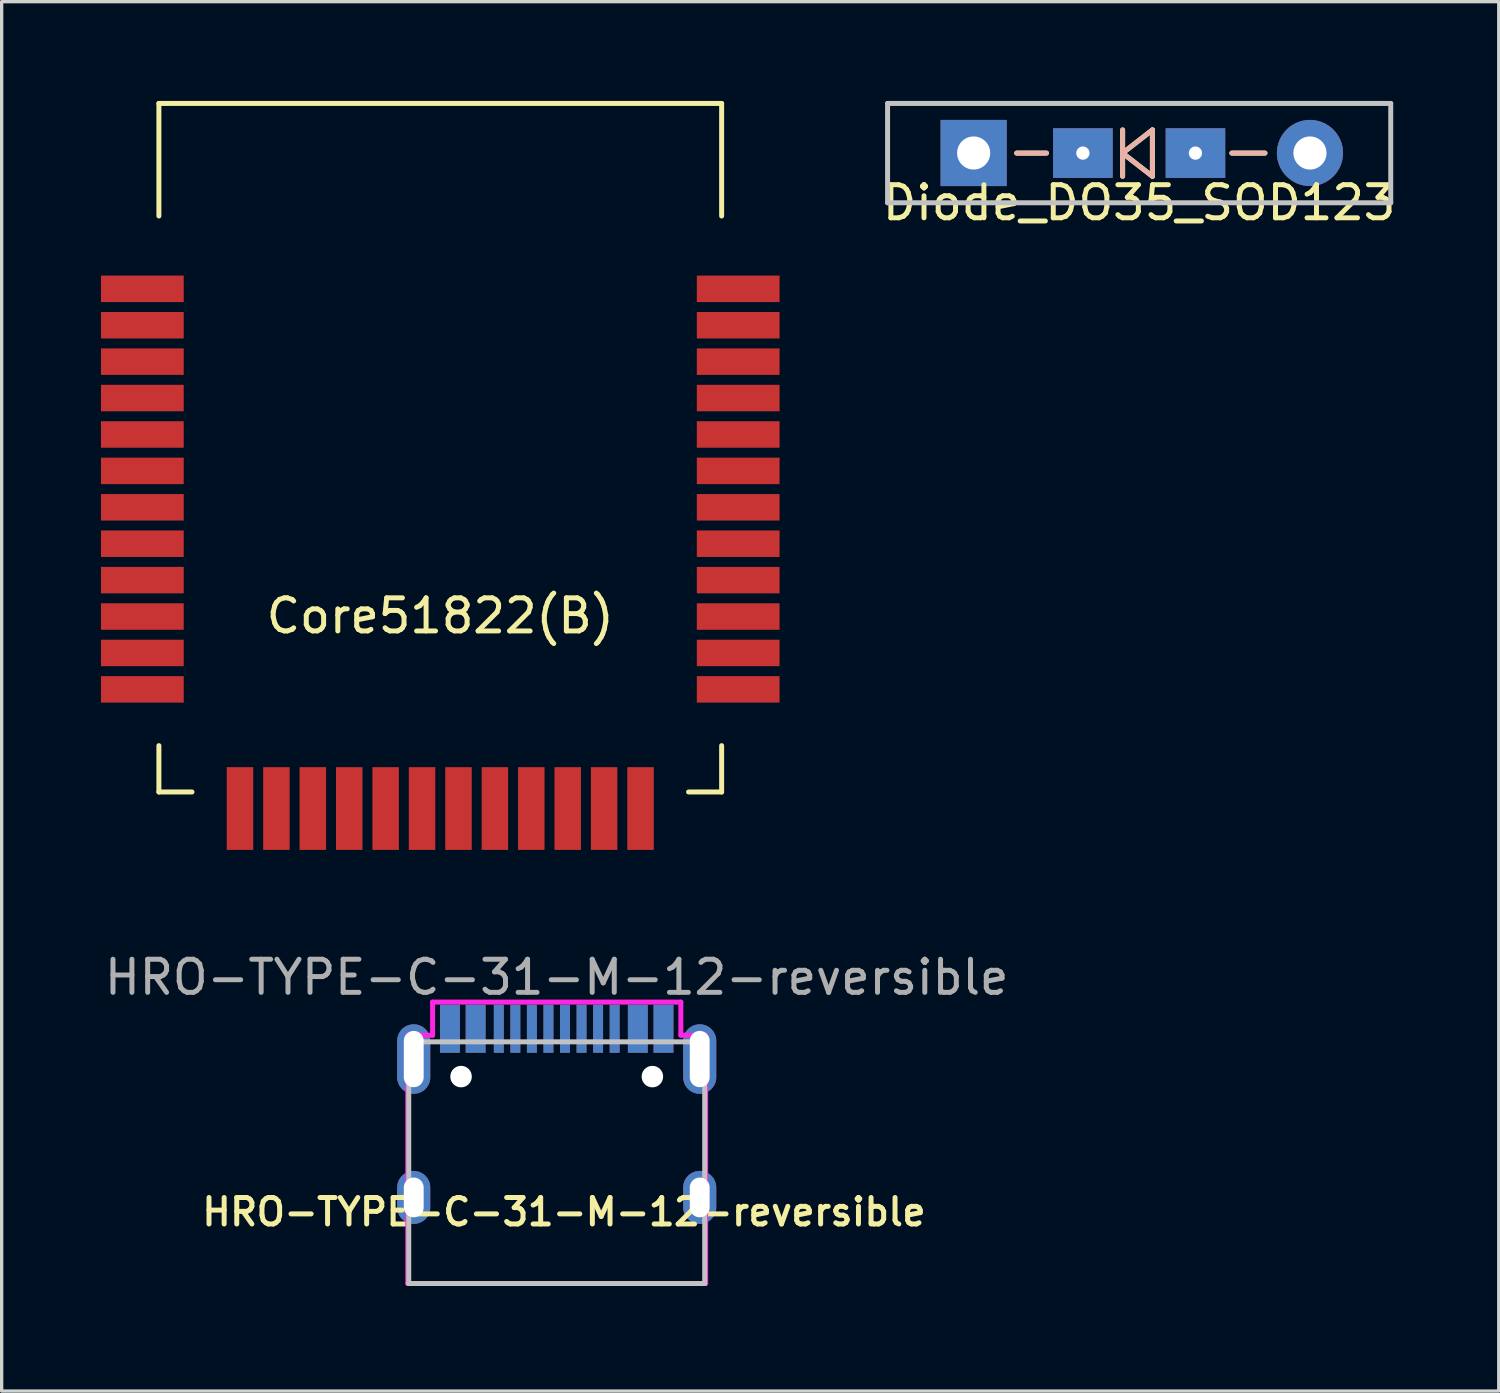
<source format=kicad_pcb>
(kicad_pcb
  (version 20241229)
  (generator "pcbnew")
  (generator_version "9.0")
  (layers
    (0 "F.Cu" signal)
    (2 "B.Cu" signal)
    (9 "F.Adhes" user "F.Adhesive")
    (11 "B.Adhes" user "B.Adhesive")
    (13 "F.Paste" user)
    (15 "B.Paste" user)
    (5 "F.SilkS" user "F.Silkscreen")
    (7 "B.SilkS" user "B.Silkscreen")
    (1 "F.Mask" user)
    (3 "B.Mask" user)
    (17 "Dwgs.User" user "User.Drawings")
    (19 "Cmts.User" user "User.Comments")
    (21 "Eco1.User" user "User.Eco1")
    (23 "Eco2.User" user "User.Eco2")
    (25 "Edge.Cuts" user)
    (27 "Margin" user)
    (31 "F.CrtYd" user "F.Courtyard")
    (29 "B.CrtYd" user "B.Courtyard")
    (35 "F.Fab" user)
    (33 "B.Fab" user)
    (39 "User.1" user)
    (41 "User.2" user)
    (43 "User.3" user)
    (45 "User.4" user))
  (footprint "Core51822(B)"
    (layer "F.Cu")
    (at 10.25 10.475)
    (property "Reference" "Core51822(B)" (at 0 5.08 0) (layer "F.SilkS") (effects (font (size 1 1) (thickness 0.15))))
    (attr through_hole)
    (fp_line (start -8.5 -10.4) (end -8.5 -7) (stroke (width 0.15) (type solid)) (layer "F.SilkS"))
    (fp_line (start -8.5 9) (end -8.5 10.4) (stroke (width 0.15) (type solid)) (layer "F.SilkS"))
    (fp_line (start -8.5 10.4) (end -7.5 10.4) (stroke (width 0.15) (type solid)) (layer "F.SilkS"))
    (fp_line (start 8.5 -10.4) (end -8.5 -10.4) (stroke (width 0.15) (type solid)) (layer "F.SilkS"))
    (fp_line (start 8.5 -7) (end 8.5 -10.4) (stroke (width 0.15) (type solid)) (layer "F.SilkS"))
    (fp_line (start 8.5 10.4) (end 7.5 10.4) (stroke (width 0.15) (type solid)) (layer "F.SilkS"))
    (fp_line (start 8.5 10.4) (end 8.5 9) (stroke (width 0.15) (type solid)) (layer "F.SilkS"))
    (pad "1" smd rect (at -9 -4.8 90) (size 0.8 2.5) (layers "F.Cu" "F.Mask" "F.Paste"))
    (pad "2" smd rect (at -9 -3.7 90) (size 0.8 2.5) (layers "F.Cu" "F.Mask" "F.Paste"))
    (pad "3" smd rect (at -9 -2.6 90) (size 0.8 2.5) (layers "F.Cu" "F.Mask" "F.Paste"))
    (pad "4" smd rect (at -9 -1.5 90) (size 0.8 2.5) (layers "F.Cu" "F.Mask" "F.Paste"))
    (pad "5" smd rect (at -9 -0.4 90) (size 0.8 2.5) (layers "F.Cu" "F.Mask" "F.Paste"))
    (pad "6" smd rect (at -9 0.7 90) (size 0.8 2.5) (layers "F.Cu" "F.Mask" "F.Paste"))
    (pad "7" smd rect (at -9 1.8 90) (size 0.8 2.5) (layers "F.Cu" "F.Mask" "F.Paste"))
    (pad "8" smd rect (at -9 2.9 90) (size 0.8 2.5) (layers "F.Cu" "F.Mask" "F.Paste"))
    (pad "9" smd rect (at -9 4 90) (size 0.8 2.5) (layers "F.Cu" "F.Mask" "F.Paste"))
    (pad "10" smd rect (at -9 5.1 90) (size 0.8 2.5) (layers "F.Cu" "F.Mask" "F.Paste"))
    (pad "11" smd rect (at -9 6.2 90) (size 0.8 2.5) (layers "F.Cu" "F.Mask" "F.Paste"))
    (pad "12" smd rect (at -9 7.3 90) (size 0.8 2.5) (layers "F.Cu" "F.Mask" "F.Paste"))
    (pad "13" smd rect (at -6.05 10.9) (size 0.8 2.5) (layers "F.Cu" "F.Mask" "F.Paste"))
    (pad "14" smd rect (at -4.95 10.9) (size 0.8 2.5) (layers "F.Cu" "F.Mask" "F.Paste"))
    (pad "15" smd rect (at -3.85 10.9) (size 0.8 2.5) (layers "F.Cu" "F.Mask" "F.Paste"))
    (pad "16" smd rect (at -2.75 10.9) (size 0.8 2.5) (layers "F.Cu" "F.Mask" "F.Paste"))
    (pad "17" smd rect (at -1.65 10.9) (size 0.8 2.5) (layers "F.Cu" "F.Mask" "F.Paste"))
    (pad "18" smd rect (at -0.55 10.9) (size 0.8 2.5) (layers "F.Cu" "F.Mask" "F.Paste"))
    (pad "19" smd rect (at 0.55 10.9) (size 0.8 2.5) (layers "F.Cu" "F.Mask" "F.Paste"))
    (pad "20" smd rect (at 1.65 10.9) (size 0.8 2.5) (layers "F.Cu" "F.Mask" "F.Paste"))
    (pad "21" smd rect (at 2.75 10.9) (size 0.8 2.5) (layers "F.Cu" "F.Mask" "F.Paste"))
    (pad "22" smd rect (at 3.85 10.9) (size 0.8 2.5) (layers "F.Cu" "F.Mask" "F.Paste"))
    (pad "23" smd rect (at 4.95 10.9) (size 0.8 2.5) (layers "F.Cu" "F.Mask" "F.Paste"))
    (pad "24" smd rect (at 6.05 10.9) (size 0.8 2.5) (layers "F.Cu" "F.Mask" "F.Paste"))
    (pad "25" smd rect (at 9 7.3 90) (size 0.8 2.5) (layers "F.Cu" "F.Mask" "F.Paste"))
    (pad "26" smd rect (at 9 6.2 90) (size 0.8 2.5) (layers "F.Cu" "F.Mask" "F.Paste"))
    (pad "27" smd rect (at 9 5.1 90) (size 0.8 2.5) (layers "F.Cu" "F.Mask" "F.Paste"))
    (pad "28" smd rect (at 9 4 90) (size 0.8 2.5) (layers "F.Cu" "F.Mask" "F.Paste"))
    (pad "29" smd rect (at 9 2.9 90) (size 0.8 2.5) (layers "F.Cu" "F.Mask" "F.Paste"))
    (pad "30" smd rect (at 9 1.8 90) (size 0.8 2.5) (layers "F.Cu" "F.Mask" "F.Paste"))
    (pad "31" smd rect (at 9 0.7 90) (size 0.8 2.5) (layers "F.Cu" "F.Mask" "F.Paste"))
    (pad "32" smd rect (at 9 -0.4 90) (size 0.8 2.5) (layers "F.Cu" "F.Mask" "F.Paste"))
    (pad "33" smd rect (at 9 -1.5 90) (size 0.8 2.5) (layers "F.Cu" "F.Mask" "F.Paste"))
    (pad "34" smd rect (at 9 -2.6 90) (size 0.8 2.5) (layers "F.Cu" "F.Mask" "F.Paste"))
    (pad "35" smd rect (at 9 -3.7 90) (size 0.8 2.5) (layers "F.Cu" "F.Mask" "F.Paste"))
    (pad "36" smd rect (at 9 -4.8 90) (size 0.8 2.5) (layers "F.Cu" "F.Mask" "F.Paste")))
  (footprint "Diode_DO35_SOD123"
    (placed yes)
    (layer "F.Cu")
    (at 31.363 1.575)
    (property "Reference" "Diode_DO35_SOD123" (at 0 1.5 0) (layer "F.SilkS") (effects (font (size 1 1) (thickness 0.15))))
    (attr through_hole)
    (fp_line (start -3.7 0) (end -2.8 0) (stroke (width 0.15) (type solid)) (layer "F.SilkS"))
    (fp_line (start -0.5 -0.7) (end -0.5 0.7) (stroke (width 0.15) (type solid)) (layer "F.SilkS"))
    (fp_line (start -0.5 0) (end 0.4 -0.7) (stroke (width 0.15) (type solid)) (layer "F.SilkS"))
    (fp_line (start 0.4 -0.7) (end 0.4 0.7) (stroke (width 0.15) (type solid)) (layer "F.SilkS"))
    (fp_line (start 0.4 0.7) (end -0.5 0) (stroke (width 0.15) (type solid)) (layer "F.SilkS"))
    (fp_line (start 2.8 0) (end 3.8 0) (stroke (width 0.15) (type solid)) (layer "F.SilkS"))
    (fp_line (start -2.8 0) (end -3.7 0) (stroke (width 0.15) (type solid)) (layer "B.SilkS"))
    (fp_line (start -0.5 -0.7) (end -0.5 0.7) (stroke (width 0.15) (type solid)) (layer "B.SilkS"))
    (fp_line (start -0.5 0) (end 0.4 -0.7) (stroke (width 0.15) (type solid)) (layer "B.SilkS"))
    (fp_line (start 0.4 -0.7) (end 0.4 0.7) (stroke (width 0.15) (type solid)) (layer "B.SilkS"))
    (fp_line (start 0.4 0.7) (end -0.5 0) (stroke (width 0.15) (type solid)) (layer "B.SilkS"))
    (fp_line (start 2.8 0) (end 3.8 0) (stroke (width 0.15) (type solid)) (layer "B.SilkS"))
    (fp_line (start -7.6 -1.5) (end -7.6 1.5) (stroke (width 0.15) (type solid)) (layer "Dwgs.User"))
    (fp_line (start -7.6 -1.5) (end 7.6 -1.5) (stroke (width 0.15) (type solid)) (layer "Dwgs.User"))
    (fp_line (start -7.6 1.5) (end 7.6 1.5) (stroke (width 0.15) (type solid)) (layer "Dwgs.User"))
    (fp_line (start 7.6 -1.5) (end 7.6 1.5) (stroke (width 0.15) (type solid)) (layer "Dwgs.User"))
    (pad "1" thru_hole rect (at -5 -0.003 180) (size 1.999 1.999) (drill 1) (layers "*.Cu" "*.Mask"))
    (pad "1" thru_hole rect (at -1.7 0) (size 1.8 1.5) (drill 0.4) (layers "*.Cu" "*.Mask"))
    (pad "2" thru_hole rect (at 1.7 0) (size 1.8 1.5) (drill 0.4) (layers "*.Cu" "*.Mask"))
    (pad "2" thru_hole circle (at 5.16 -0.003 180) (size 1.999 1.999) (drill 1) (layers "*.Cu" "*.Mask")))
  (footprint "HRO-TYPE-C-31-M-12-reversible"
    (layer "F.Cu")
    (at 13.768 35.723)
    (property "Reference" "HRO-TYPE-C-31-M-12-reversible" (at 0.22 -2.16 0) (layer "F.SilkS") (effects (font (size 0.8 0.8) (thickness 0.15))))
    (attr smd)
    (fp_line (start -4.47 -7.3) (end 4.47 -7.3) (stroke (width 0.15) (type solid)) (layer "Dwgs.User"))
    (fp_line (start -4.47 0) (end -4.47 -7.3) (stroke (width 0.15) (type solid)) (layer "Dwgs.User"))
    (fp_line (start -4.47 0) (end 4.47 0) (stroke (width 0.15) (type solid)) (layer "Dwgs.User"))
    (fp_line (start 4.47 0) (end 4.47 -7.3) (stroke (width 0.15) (type solid)) (layer "Dwgs.User"))
    (fp_line (start -4.5 -7.5) (end -3.75 -7.5) (stroke (width 0.15) (type solid)) (layer "F.CrtYd"))
    (fp_line (start -4.5 0) (end -4.5 -7.5) (stroke (width 0.15) (type solid)) (layer "F.CrtYd"))
    (fp_line (start -3.75 -8.5) (end 3.75 -8.5) (stroke (width 0.15) (type solid)) (layer "F.CrtYd"))
    (fp_line (start -3.75 -7.5) (end -3.75 -8.5) (stroke (width 0.15) (type solid)) (layer "F.CrtYd"))
    (fp_line (start 3.75 -8.5) (end 3.75 -7.5) (stroke (width 0.15) (type solid)) (layer "F.CrtYd"))
    (fp_line (start 4.5 -7.5) (end 3.75 -7.5) (stroke (width 0.15) (type solid)) (layer "F.CrtYd"))
    (fp_line (start 4.5 -7.5) (end 4.5 0) (stroke (width 0.15) (type solid)) (layer "F.CrtYd"))
    (fp_line (start 4.5 0) (end -4.5 0) (stroke (width 0.15) (type solid)) (layer "F.CrtYd"))
    (fp_text user "${REFERENCE}" (at 0 -9.25 0) (layer "F.Fab") (effects (font (size 1 1) (thickness 0.15))))
    (pad "" np_thru_hole circle (at -2.89 -6.25) (size 0.65 0.65) (drill 0.65) (layers "*.Cu" "*.Mask"))
    (pad "" np_thru_hole circle (at 2.89 -6.25) (size 0.65 0.65) (drill 0.65) (layers "*.Cu" "*.Mask"))
    (pad "1" smd rect (at -3.225 -7.695) (size 0.6 1.45) (layers "F.Cu" "F.Mask" "F.Paste"))
    (pad "1" smd rect (at 3.225 -7.695 180) (size 0.6 1.45) (layers "B.Cu" "B.Mask" "B.Paste"))
    (pad "2" smd rect (at -2.45 -7.695) (size 0.6 1.45) (layers "F.Cu" "F.Mask" "F.Paste"))
    (pad "2" smd rect (at 2.45 -7.695 180) (size 0.6 1.45) (layers "B.Cu" "B.Mask" "B.Paste"))
    (pad "3" smd rect (at 1.75 -7.695 180) (size 0.3 1.45) (layers "B.Cu" "B.Mask" "B.Paste"))
    (pad "4" smd rect (at -1.75 -7.695 180) (size 0.3 1.45) (layers "B.Cu" "B.Mask" "B.Paste"))
    (pad "4" smd rect (at -1.25 -7.695) (size 0.3 1.45) (layers "F.Cu" "F.Mask" "F.Paste"))
    (pad "5" smd rect (at -0.75 -7.695) (size 0.3 1.45) (layers "F.Cu" "F.Mask" "F.Paste"))
    (pad "5" smd rect (at 0.75 -7.695 180) (size 0.3 1.45) (layers "B.Cu" "B.Mask" "B.Paste"))
    (pad "6" smd rect (at -0.25 -7.695) (size 0.3 1.45) (layers "F.Cu" "F.Mask" "F.Paste"))
    (pad "6" smd rect (at 0.25 -7.695 180) (size 0.3 1.45) (layers "B.Cu" "B.Mask" "B.Paste"))
    (pad "7" smd rect (at -0.25 -7.695 180) (size 0.3 1.45) (layers "B.Cu" "B.Mask" "B.Paste"))
    (pad "7" smd rect (at 0.25 -7.695) (size 0.3 1.45) (layers "F.Cu" "F.Mask" "F.Paste"))
    (pad "8" smd rect (at -0.75 -7.695 180) (size 0.3 1.45) (layers "B.Cu" "B.Mask" "B.Paste"))
    (pad "8" smd rect (at 0.75 -7.695) (size 0.3 1.45) (layers "F.Cu" "F.Mask" "F.Paste"))
    (pad "9" smd rect (at -1.25 -7.695 180) (size 0.3 1.45) (layers "B.Cu" "B.Mask" "B.Paste"))
    (pad "10" smd rect (at 1.25 -7.695 180) (size 0.3 1.45) (layers "B.Cu" "B.Mask" "B.Paste"))
    (pad "10" smd rect (at 1.75 -7.695) (size 0.3 1.45) (layers "F.Cu" "F.Mask" "F.Paste"))
    (pad "11" smd rect (at -2.45 -7.695 180) (size 0.6 1.45) (layers "B.Cu" "B.Mask" "B.Paste"))
    (pad "11" smd rect (at 2.45 -7.695) (size 0.6 1.45) (layers "F.Cu" "F.Mask" "F.Paste"))
    (pad "12" smd rect (at -3.225 -7.695 180) (size 0.6 1.45) (layers "B.Cu" "B.Mask" "B.Paste"))
    (pad "12" smd rect (at 3.225 -7.695) (size 0.6 1.45) (layers "F.Cu" "F.Mask" "F.Paste"))
    (pad "13" thru_hole oval (at -4.32 -6.78) (size 1 2.1) (drill oval 0.6 1.7) (layers "*.Cu" "*.Mask"))
    (pad "13" thru_hole oval (at -4.32 -2.6) (size 1 1.6) (drill oval 0.6 1.2) (layers "*.Cu" "*.Mask"))
    (pad "13" thru_hole oval (at 4.32 -6.78) (size 1 2.1) (drill oval 0.6 1.7) (layers "*.Cu" "*.Mask"))
    (pad "13" thru_hole oval (at 4.32 -2.6) (size 1 1.6) (drill oval 0.6 1.2) (layers "*.Cu" "*.Mask"))
    (pad "15" smd rect (at -1.75 -7.695) (size 0.3 1.45) (layers "F.Cu" "F.Mask" "F.Paste"))
    (pad "19" smd rect (at 1.25 -7.695) (size 0.3 1.45) (layers "F.Cu" "F.Mask" "F.Paste")))
  (gr_rect
    (start -3 -3)
    (end 42.226 38.973)
    (stroke (width 0.1) (type default))
    (fill no)
    (layer "Edge.Cuts")))
</source>
